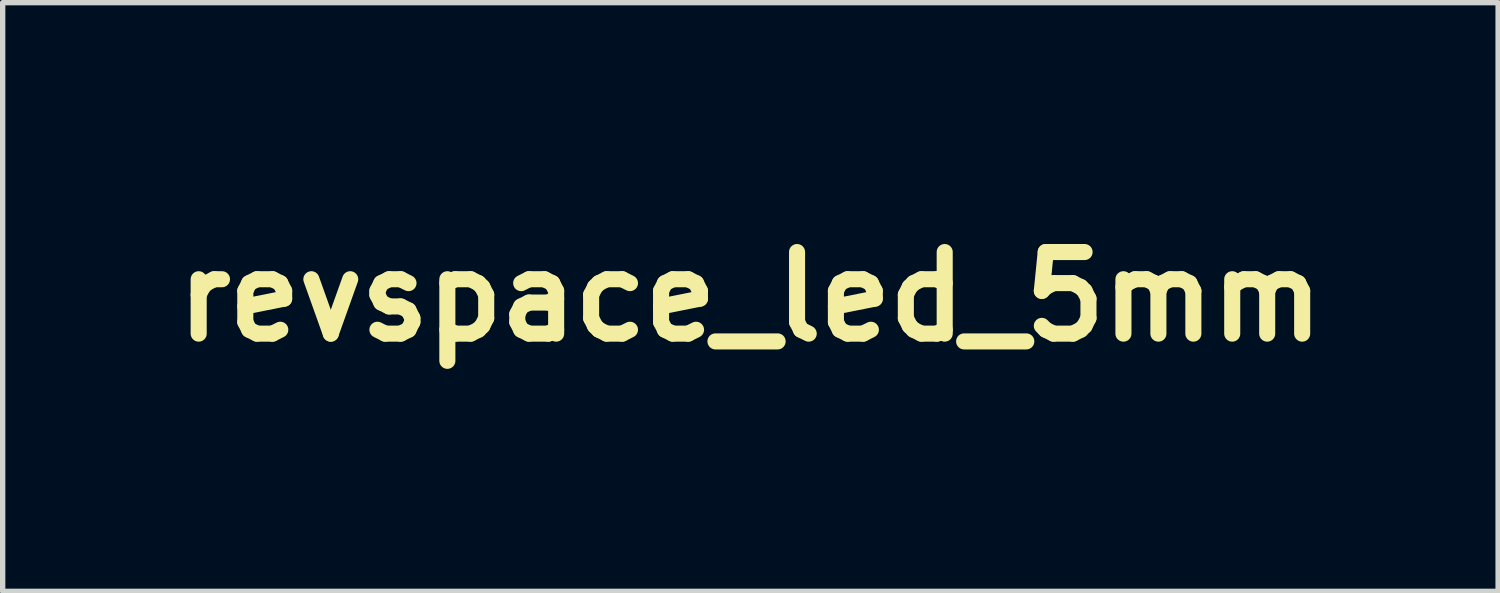
<source format=kicad_pcb>
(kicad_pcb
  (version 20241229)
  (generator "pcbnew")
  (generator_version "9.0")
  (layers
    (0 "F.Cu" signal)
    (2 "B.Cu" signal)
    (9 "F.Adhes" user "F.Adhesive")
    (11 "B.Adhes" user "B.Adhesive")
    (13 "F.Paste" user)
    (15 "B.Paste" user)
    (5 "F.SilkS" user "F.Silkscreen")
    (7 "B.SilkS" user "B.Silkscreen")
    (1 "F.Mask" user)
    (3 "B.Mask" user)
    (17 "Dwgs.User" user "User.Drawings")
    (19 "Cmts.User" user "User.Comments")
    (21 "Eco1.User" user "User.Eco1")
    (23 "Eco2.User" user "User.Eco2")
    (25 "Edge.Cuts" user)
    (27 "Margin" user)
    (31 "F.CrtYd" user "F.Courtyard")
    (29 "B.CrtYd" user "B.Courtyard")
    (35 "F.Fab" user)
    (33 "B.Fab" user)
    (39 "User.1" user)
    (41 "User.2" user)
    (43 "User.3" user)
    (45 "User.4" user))
  (footprint "revspace_led_5mm"
    (layer "F.Cu")
    (at 10.966 2.492)
    (property "Reference" "revspace_led_5mm" (at 0 0 0) (layer "F.SilkS") (effects (font (size 1.524 1.524) (thickness 0.3))))
    (attr through_hole)
    (fp_poly (pts (xy 0.265 0.695) (xy 0.321 0.701) (xy 0.355 0.706) (xy 0.36 0.708) (xy 0.351 0.728) (xy 0.327 0.779) (xy 0.292 0.856) (xy 0.247 0.95) (xy 0.219 1.008) (xy 0.169 1.114) (xy 0.107 1.249) (xy 0.037 1.403) (xy -0.036 1.565) (xy -0.107 1.726) (xy -0.14 1.799) (xy -0.21 1.958) (xy -0.266 2.081) (xy -0.31 2.173) (xy -0.344 2.237) (xy -0.37 2.277) (xy -0.39 2.298) (xy -0.401 2.303) (xy -0.436 2.301) (xy -0.445 2.291) (xy -0.437 2.267) (xy -0.415 2.209) (xy -0.381 2.122) (xy -0.337 2.011) (xy -0.285 1.88) (xy -0.227 1.735) (xy -0.205 1.681) (xy -0.14 1.521) (xy -0.077 1.363) (xy -0.019 1.214) (xy 0.032 1.082) (xy 0.072 0.974) (xy 0.1 0.897) (xy 0.102 0.889) (xy 0.169 0.688) (xy 0.265 0.695)) (stroke (width 0.01) (type solid)) (fill yes) (layer "F.Mask"))
    (fp_poly (pts (xy -0.637 0.289) (xy -0.596 0.322) (xy -0.577 0.339) (xy -0.509 0.401) (xy -0.701 0.809) (xy -0.781 0.978) (xy -0.867 1.164) (xy -0.957 1.36) (xy -1.048 1.558) (xy -1.136 1.751) (xy -1.218 1.933) (xy -1.291 2.096) (xy -1.352 2.233) (xy -1.386 2.312) (xy -1.425 2.4) (xy -1.454 2.455) (xy -1.479 2.485) (xy -1.503 2.497) (xy -1.516 2.498) (xy -1.555 2.494) (xy -1.566 2.488) (xy -1.558 2.467) (xy -1.536 2.412) (xy -1.501 2.327) (xy -1.455 2.217) (xy -1.4 2.087) (xy -1.339 1.941) (xy -1.3 1.848) (xy -1.197 1.603) (xy -1.099 1.369) (xy -1.008 1.148) (xy -0.926 0.945) (xy -0.853 0.764) (xy -0.793 0.609) (xy -0.745 0.484) (xy -0.713 0.394) (xy -0.711 0.386) (xy -0.688 0.325) (xy -0.669 0.285) (xy -0.66 0.276) (xy -0.637 0.289)) (stroke (width 0.01) (type solid)) (fill yes) (layer "F.Mask"))
    (fp_poly (pts (xy 0.893 -2.485) (xy 0.966 -2.478) (xy 1.026 -2.462) (xy 1.09 -2.435) (xy 1.105 -2.428) (xy 1.248 -2.341) (xy 1.372 -2.231) (xy 1.468 -2.108) (xy 1.496 -2.057) (xy 1.524 -1.996) (xy 1.542 -1.942) (xy 1.551 -1.881) (xy 1.555 -1.801) (xy 1.555 -1.725) (xy 1.553 -1.648) (xy 1.546 -1.573) (xy 1.534 -1.497) (xy 1.515 -1.413) (xy 1.487 -1.317) (xy 1.448 -1.204) (xy 1.397 -1.069) (xy 1.333 -0.907) (xy 1.254 -0.713) (xy 1.223 -0.635) (xy 1.143 -0.441) (xy 1.08 -0.281) (xy 1.031 -0.155) (xy 0.997 -0.056) (xy 0.975 0.016) (xy 0.964 0.067) (xy 0.965 0.098) (xy 0.971 0.112) (xy 0.992 0.151) (xy 0.989 0.208) (xy 0.961 0.289) (xy 0.934 0.349) (xy 0.882 0.446) (xy 0.83 0.512) (xy 0.768 0.556) (xy 0.705 0.583) (xy 0.623 0.601) (xy 0.513 0.609) (xy 0.388 0.607) (xy 0.263 0.596) (xy 0.177 0.581) (xy 0.017 0.537) (xy -0.149 0.475) (xy -0.306 0.402) (xy -0.355 0.374) (xy 0.233 0.374) (xy 0.251 0.381) (xy 0.296 0.39) (xy 0.352 0.397) (xy 0.386 0.399) (xy 0.427 0.394) (xy 0.456 0.366) (xy 0.477 0.323) (xy 0.485 0.302) (xy 0.542 0.302) (xy 0.592 0.343) (xy 0.627 0.368) (xy 0.657 0.38) (xy 0.685 0.374) (xy 0.712 0.346) (xy 0.743 0.294) (xy 0.779 0.212) (xy 0.825 0.098) (xy 0.877 -0.042) (xy 0.924 -0.169) (xy 0.968 -0.285) (xy 1.006 -0.382) (xy 1.034 -0.455) (xy 1.052 -0.496) (xy 1.054 -0.5) (xy 1.064 -0.526) (xy 1.056 -0.546) (xy 1.021 -0.565) (xy 0.959 -0.59) (xy 0.896 -0.614) (xy 0.851 -0.628) (xy 0.835 -0.63) (xy 0.82 -0.603) (xy 0.797 -0.548) (xy 0.769 -0.476) (xy 0.74 -0.399) (xy 0.715 -0.325) (xy 0.697 -0.266) (xy 0.689 -0.233) (xy 0.69 -0.23) (xy 0.718 -0.213) (xy 0.731 -0.212) (xy 0.759 -0.206) (xy 0.762 -0.201) (xy 0.754 -0.179) (xy 0.732 -0.126) (xy 0.699 -0.049) (xy 0.658 0.043) (xy 0.652 0.056) (xy 0.542 0.302) (xy 0.485 0.302) (xy 0.504 0.249) (xy 0.529 0.166) (xy 0.533 0.148) (xy 0.554 0.074) (xy 0.583 -0.015) (xy 0.604 -0.074) (xy 0.626 -0.141) (xy 0.636 -0.191) (xy 0.633 -0.213) (xy 0.633 -0.236) (xy 0.647 -0.287) (xy 0.672 -0.358) (xy 0.703 -0.439) (xy 0.737 -0.519) (xy 0.77 -0.591) (xy 0.798 -0.644) (xy 0.816 -0.667) (xy 0.831 -0.692) (xy 0.86 -0.75) (xy 0.9 -0.836) (xy 0.948 -0.943) (xy 1.001 -1.066) (xy 1.03 -1.132) (xy 1.091 -1.279) (xy 1.137 -1.394) (xy 1.171 -1.482) (xy 1.193 -1.55) (xy 1.207 -1.604) (xy 1.214 -1.65) (xy 1.216 -1.695) (xy 1.216 -1.704) (xy 1.199 -1.831) (xy 1.155 -1.943) (xy 1.088 -2.033) (xy 1.003 -2.093) (xy 0.958 -2.109) (xy 0.903 -2.115) (xy 0.881 -2.097) (xy 0.893 -2.059) (xy 0.938 -2.004) (xy 0.957 -1.985) (xy 1.037 -1.894) (xy 1.078 -1.802) (xy 1.084 -1.699) (xy 1.075 -1.637) (xy 1.059 -1.583) (xy 1.029 -1.498) (xy 0.989 -1.393) (xy 0.942 -1.276) (xy 0.891 -1.154) (xy 0.841 -1.038) (xy 0.795 -0.935) (xy 0.759 -0.863) (xy 0.731 -0.797) (xy 0.712 -0.736) (xy 0.71 -0.723) (xy 0.697 -0.672) (xy 0.672 -0.597) (xy 0.639 -0.511) (xy 0.601 -0.424) (xy 0.565 -0.345) (xy 0.534 -0.287) (xy 0.514 -0.26) (xy 0.498 -0.236) (xy 0.471 -0.181) (xy 0.434 -0.103) (xy 0.392 -0.012) (xy 0.349 0.086) (xy 0.307 0.181) (xy 0.272 0.266) (xy 0.246 0.331) (xy 0.234 0.369) (xy 0.233 0.374) (xy -0.355 0.374) (xy -0.417 0.338) (xy -0.52 0.261) (xy -0.617 0.173) (xy -0.7 0.081) (xy -0.76 -0.006) (xy -0.786 -0.063) (xy -0.798 -0.116) (xy -0.796 -0.163) (xy -0.779 -0.223) (xy -0.762 -0.269) (xy -0.749 -0.297) (xy -0.529 -0.297) (xy -0.512 -0.269) (xy -0.472 -0.238) (xy -0.425 -0.216) (xy -0.4 -0.212) (xy -0.357 -0.226) (xy -0.345 -0.238) (xy -0.325 -0.272) (xy -0.298 -0.33) (xy -0.284 -0.365) (xy -0.253 -0.434) (xy -0.221 -0.493) (xy -0.208 -0.512) (xy -0.179 -0.542) (xy -0.145 -0.547) (xy -0.102 -0.537) (xy -0.03 -0.523) (xy 0.011 -0.535) (xy 0.021 -0.566) (xy 0.015 -0.599) (xy -0.001 -0.662) (xy -0.025 -0.746) (xy -0.045 -0.813) (xy -0.075 -0.914) (xy -0.092 -0.985) (xy -0.095 -1.013) (xy 0.096 -1.013) (xy 0.1 -0.991) (xy 0.113 -0.936) (xy 0.134 -0.854) (xy 0.162 -0.754) (xy 0.178 -0.699) (xy 0.212 -0.581) (xy 0.238 -0.497) (xy 0.259 -0.44) (xy 0.279 -0.402) (xy 0.301 -0.377) (xy 0.328 -0.357) (xy 0.35 -0.345) (xy 0.407 -0.316) (xy 0.451 -0.299) (xy 0.461 -0.297) (xy 0.482 -0.315) (xy 0.513 -0.363) (xy 0.551 -0.433) (xy 0.572 -0.478) (xy 0.609 -0.559) (xy 0.637 -0.624) (xy 0.654 -0.666) (xy 0.656 -0.675) (xy 0.639 -0.692) (xy 0.594 -0.722) (xy 0.53 -0.758) (xy 0.527 -0.76) (xy 0.443 -0.807) (xy 0.345 -0.866) (xy 0.253 -0.923) (xy 0.251 -0.924) (xy 0.182 -0.967) (xy 0.129 -0.998) (xy 0.1 -1.013) (xy 0.096 -1.013) (xy -0.095 -1.013) (xy -0.098 -1.034) (xy -0.093 -1.072) (xy -0.088 -1.088) (xy -0.074 -1.148) (xy -0.09 -1.18) (xy -0.115 -1.185) (xy -0.13 -1.167) (xy -0.158 -1.117) (xy -0.197 -1.041) (xy -0.244 -0.946) (xy -0.295 -0.838) (xy -0.348 -0.725) (xy -0.4 -0.613) (xy -0.446 -0.508) (xy -0.485 -0.417) (xy -0.514 -0.348) (xy -0.528 -0.305) (xy -0.529 -0.297) (xy -0.749 -0.297) (xy -0.707 -0.395) (xy -0.658 -0.48) (xy -0.615 -0.523) (xy -0.594 -0.529) (xy -0.579 -0.534) (xy -0.561 -0.549) (xy -0.54 -0.58) (xy -0.514 -0.628) (xy -0.481 -0.698) (xy -0.44 -0.792) (xy -0.388 -0.915) (xy -0.326 -1.069) (xy -0.25 -1.257) (xy -0.215 -1.346) (xy -0.155 -1.495) (xy -0.097 -1.638) (xy -0.043 -1.769) (xy 0.004 -1.88) (xy 0.041 -1.964) (xy 0.063 -2.01) (xy 0.168 -2.176) (xy 0.299 -2.312) (xy 0.452 -2.413) (xy 0.464 -2.419) (xy 0.537 -2.453) (xy 0.598 -2.473) (xy 0.662 -2.483) (xy 0.746 -2.487) (xy 0.794 -2.487) (xy 0.893 -2.485)) (stroke (width 0.01) (type solid)) (fill yes) (layer "F.Mask")))
  (gr_rect
    (start -3 -3)
    (end 24.931 7.995)
    (stroke (width 0.1) (type default))
    (fill no)
    (layer "Edge.Cuts")))
</source>
